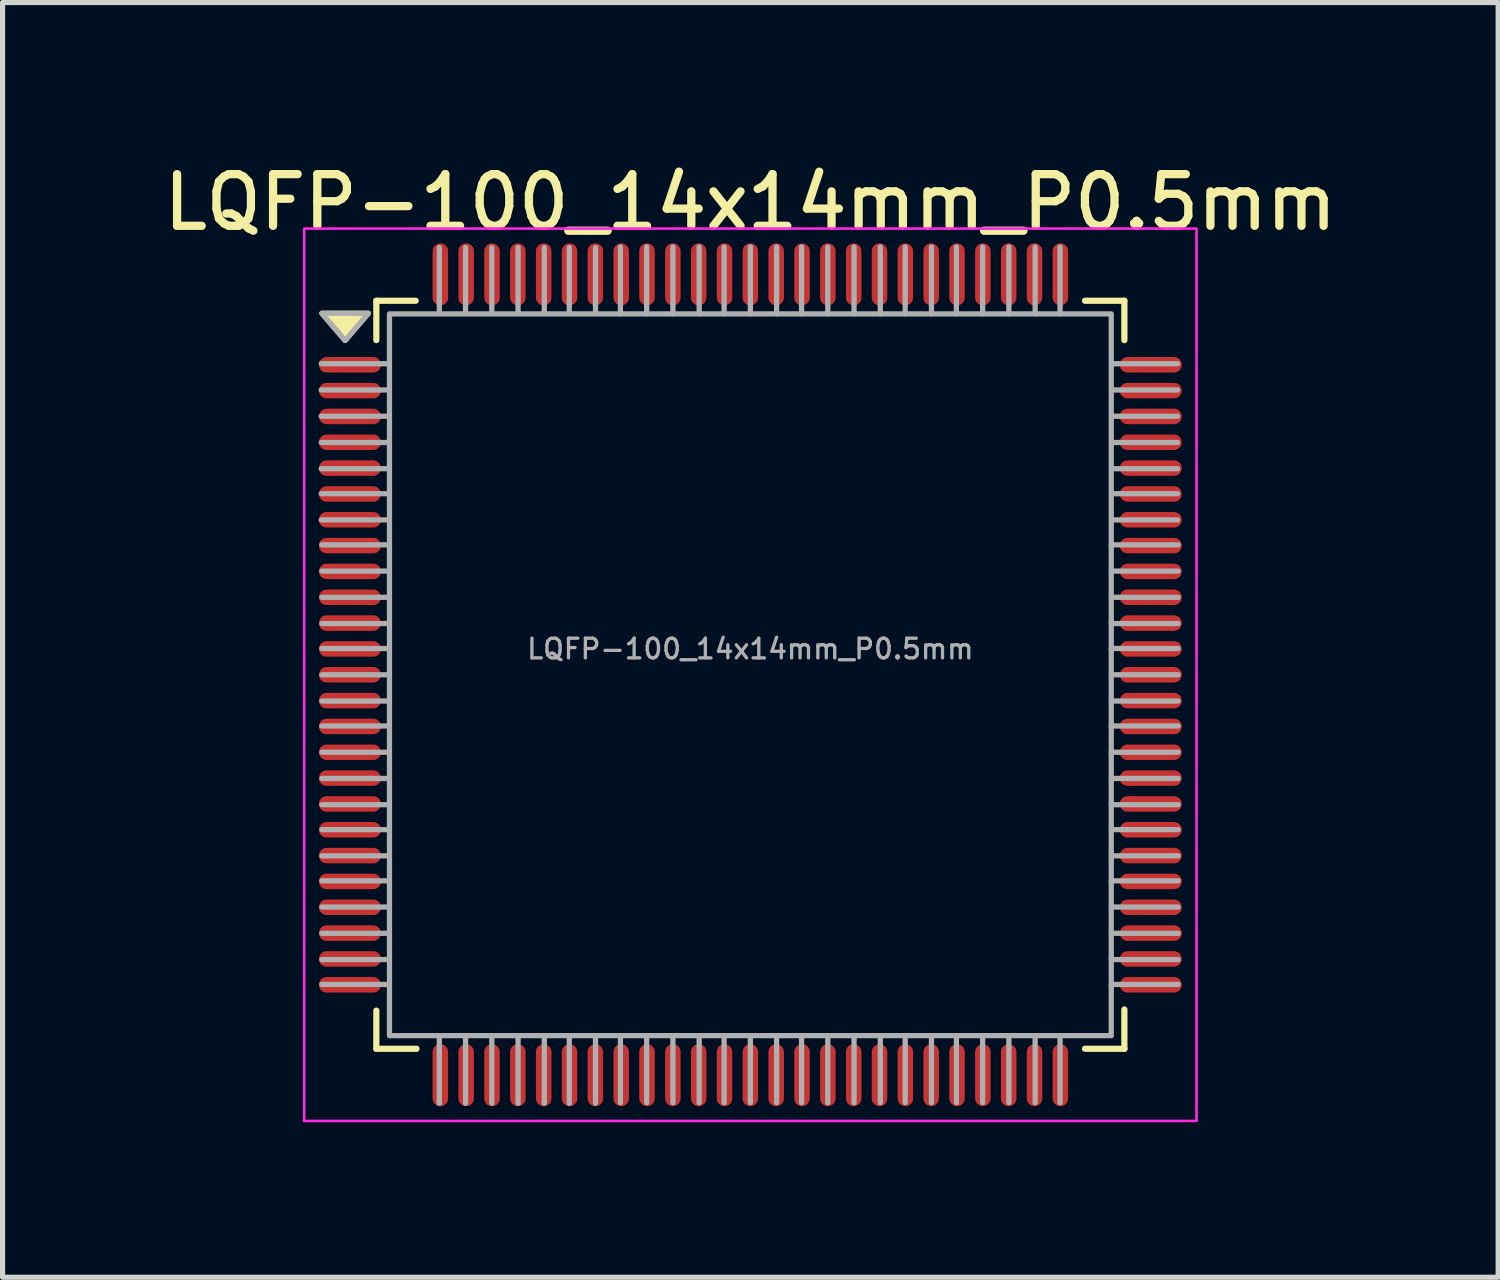
<source format=kicad_pcb>
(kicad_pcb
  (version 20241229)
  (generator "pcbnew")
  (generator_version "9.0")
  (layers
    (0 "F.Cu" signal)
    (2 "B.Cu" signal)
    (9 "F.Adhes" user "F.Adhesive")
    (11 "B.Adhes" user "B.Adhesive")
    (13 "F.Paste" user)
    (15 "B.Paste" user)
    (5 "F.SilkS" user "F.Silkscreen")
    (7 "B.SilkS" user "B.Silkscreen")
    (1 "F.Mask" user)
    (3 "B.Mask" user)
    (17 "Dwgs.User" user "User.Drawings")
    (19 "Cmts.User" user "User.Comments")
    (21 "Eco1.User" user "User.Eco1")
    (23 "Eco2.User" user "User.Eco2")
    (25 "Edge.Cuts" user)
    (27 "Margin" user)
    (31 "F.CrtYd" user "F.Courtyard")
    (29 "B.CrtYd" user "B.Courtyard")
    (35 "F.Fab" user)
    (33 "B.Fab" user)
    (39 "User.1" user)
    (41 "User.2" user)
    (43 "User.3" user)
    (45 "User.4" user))
  (footprint "LQFP-100_14x14mm_P0.5mm"
    (layer "F.Cu")
    (at 11.473 10.01)
    (property "Reference" "LQFP-100_14x14mm_P0.5mm" (at 0 -9.144 0) (layer "F.SilkS") (effects (font (size 1 1) (thickness 0.16))))
    (attr smd)
    (fp_line (start -7.239 -7.239) (end -6.477 -7.239) (stroke (width 0.12) (type default)) (layer "F.SilkS"))
    (fp_line (start -7.239 -6.477) (end -7.239 -7.239) (stroke (width 0.12) (type default)) (layer "F.SilkS"))
    (fp_line (start -7.239 7.239) (end -7.239 6.5) (stroke (width 0.12) (type default)) (layer "F.SilkS"))
    (fp_line (start -6.462 7.239) (end -7.239 7.239) (stroke (width 0.12) (type default)) (layer "F.SilkS"))
    (fp_line (start 6.477 -7.239) (end 7.239 -7.239) (stroke (width 0.12) (type default)) (layer "F.SilkS"))
    (fp_line (start 6.477 7.239) (end 7.239 7.239) (stroke (width 0.12) (type default)) (layer "F.SilkS"))
    (fp_line (start 7.239 -7.239) (end 7.239 -6.477) (stroke (width 0.12) (type default)) (layer "F.SilkS"))
    (fp_line (start 7.239 7.239) (end 7.239 6.477) (stroke (width 0.12) (type default)) (layer "F.SilkS"))
    (fp_poly (pts (xy -7.843 -6.471) (xy -7.393 -6.996) (xy -8.293 -6.996)) (stroke (width 0.102) (type solid)) (fill yes) (layer "F.SilkS"))
    (fp_rect (start -8.636 -8.636) (end 8.636 8.636) (stroke (width 0.051) (type default)) (fill no) (layer "F.CrtYd"))
    (fp_line (start -8.306 -6.02) (end -7.01 -6.02) (stroke (width 0.102) (type default)) (layer "F.Fab"))
    (fp_line (start -8.306 -5.512) (end -7.01 -5.512) (stroke (width 0.102) (type default)) (layer "F.Fab"))
    (fp_line (start -8.306 -5.004) (end -7.01 -5.004) (stroke (width 0.102) (type default)) (layer "F.Fab"))
    (fp_line (start -8.306 -4.496) (end -7.01 -4.496) (stroke (width 0.102) (type default)) (layer "F.Fab"))
    (fp_line (start -8.306 -3.988) (end -7.01 -3.988) (stroke (width 0.102) (type default)) (layer "F.Fab"))
    (fp_line (start -8.306 -3.505) (end -7.01 -3.505) (stroke (width 0.102) (type default)) (layer "F.Fab"))
    (fp_line (start -8.306 -2.997) (end -7.01 -2.997) (stroke (width 0.102) (type default)) (layer "F.Fab"))
    (fp_line (start -8.293 -2.515) (end -6.998 -2.515) (stroke (width 0.102) (type default)) (layer "F.Fab"))
    (fp_line (start -8.293 -2.007) (end -6.998 -2.007) (stroke (width 0.102) (type default)) (layer "F.Fab"))
    (fp_line (start -8.293 -1.499) (end -6.998 -1.499) (stroke (width 0.102) (type default)) (layer "F.Fab"))
    (fp_line (start -8.293 -0.991) (end -6.998 -0.991) (stroke (width 0.102) (type default)) (layer "F.Fab"))
    (fp_line (start -8.293 -0.508) (end -6.998 -0.508) (stroke (width 0.102) (type default)) (layer "F.Fab"))
    (fp_line (start -8.293 0) (end -6.998 0) (stroke (width 0.102) (type default)) (layer "F.Fab"))
    (fp_line (start -8.293 0.508) (end -6.998 0.508) (stroke (width 0.102) (type default)) (layer "F.Fab"))
    (fp_line (start -8.293 0.991) (end -6.998 0.991) (stroke (width 0.102) (type default)) (layer "F.Fab"))
    (fp_line (start -8.293 1.499) (end -6.998 1.499) (stroke (width 0.102) (type default)) (layer "F.Fab"))
    (fp_line (start -8.293 2.007) (end -6.998 2.007) (stroke (width 0.102) (type default)) (layer "F.Fab"))
    (fp_line (start -8.293 2.515) (end -6.998 2.515) (stroke (width 0.102) (type default)) (layer "F.Fab"))
    (fp_line (start -8.293 2.997) (end -6.998 2.997) (stroke (width 0.102) (type default)) (layer "F.Fab"))
    (fp_line (start -8.293 3.505) (end -6.998 3.505) (stroke (width 0.102) (type default)) (layer "F.Fab"))
    (fp_line (start -8.293 3.988) (end -6.998 3.988) (stroke (width 0.102) (type default)) (layer "F.Fab"))
    (fp_line (start -8.293 4.496) (end -6.998 4.496) (stroke (width 0.102) (type default)) (layer "F.Fab"))
    (fp_line (start -8.293 5.004) (end -6.998 5.004) (stroke (width 0.102) (type default)) (layer "F.Fab"))
    (fp_line (start -8.293 5.512) (end -6.998 5.512) (stroke (width 0.102) (type default)) (layer "F.Fab"))
    (fp_line (start -8.293 5.994) (end -6.998 5.994) (stroke (width 0.102) (type default)) (layer "F.Fab"))
    (fp_line (start -6.02 -7) (end -6.02 -8.268) (stroke (width 0.102) (type default)) (layer "F.Fab"))
    (fp_line (start -6.02 8.293) (end -6.02 6.998) (stroke (width 0.102) (type default)) (layer "F.Fab"))
    (fp_line (start -5.512 -7) (end -5.512 -8.268) (stroke (width 0.102) (type default)) (layer "F.Fab"))
    (fp_line (start -5.512 8.293) (end -5.512 6.998) (stroke (width 0.102) (type default)) (layer "F.Fab"))
    (fp_line (start -5.004 -7) (end -5.004 -8.268) (stroke (width 0.102) (type default)) (layer "F.Fab"))
    (fp_line (start -5.004 8.293) (end -5.004 6.998) (stroke (width 0.102) (type default)) (layer "F.Fab"))
    (fp_line (start -4.496 -7) (end -4.496 -8.268) (stroke (width 0.102) (type default)) (layer "F.Fab"))
    (fp_line (start -4.496 8.293) (end -4.496 6.998) (stroke (width 0.102) (type default)) (layer "F.Fab"))
    (fp_line (start -3.988 -7) (end -3.988 -8.268) (stroke (width 0.102) (type default)) (layer "F.Fab"))
    (fp_line (start -3.988 8.293) (end -3.988 6.998) (stroke (width 0.102) (type default)) (layer "F.Fab"))
    (fp_line (start -3.505 -7) (end -3.505 -8.268) (stroke (width 0.102) (type default)) (layer "F.Fab"))
    (fp_line (start -3.505 8.293) (end -3.505 6.998) (stroke (width 0.102) (type default)) (layer "F.Fab"))
    (fp_line (start -2.997 -7) (end -2.997 -8.268) (stroke (width 0.102) (type default)) (layer "F.Fab"))
    (fp_line (start -2.997 8.293) (end -2.997 6.998) (stroke (width 0.102) (type default)) (layer "F.Fab"))
    (fp_line (start -2.515 -6.985) (end -2.515 -8.28) (stroke (width 0.102) (type default)) (layer "F.Fab"))
    (fp_line (start -2.515 8.28) (end -2.515 6.985) (stroke (width 0.102) (type default)) (layer "F.Fab"))
    (fp_line (start -2.007 -6.985) (end -2.007 -8.28) (stroke (width 0.102) (type default)) (layer "F.Fab"))
    (fp_line (start -2.007 8.28) (end -2.007 6.985) (stroke (width 0.102) (type default)) (layer "F.Fab"))
    (fp_line (start -1.499 -6.985) (end -1.499 -8.28) (stroke (width 0.102) (type default)) (layer "F.Fab"))
    (fp_line (start -1.499 8.28) (end -1.499 6.985) (stroke (width 0.102) (type default)) (layer "F.Fab"))
    (fp_line (start -0.991 -6.985) (end -0.991 -8.28) (stroke (width 0.102) (type default)) (layer "F.Fab"))
    (fp_line (start -0.991 8.28) (end -0.991 6.985) (stroke (width 0.102) (type default)) (layer "F.Fab"))
    (fp_line (start -0.508 -6.985) (end -0.508 -8.28) (stroke (width 0.102) (type default)) (layer "F.Fab"))
    (fp_line (start -0.508 8.28) (end -0.508 6.985) (stroke (width 0.102) (type default)) (layer "F.Fab"))
    (fp_line (start 0 -6.985) (end 0 -8.28) (stroke (width 0.102) (type default)) (layer "F.Fab"))
    (fp_line (start 0 8.28) (end 0 6.985) (stroke (width 0.102) (type default)) (layer "F.Fab"))
    (fp_line (start 0.508 -6.985) (end 0.508 -8.28) (stroke (width 0.102) (type default)) (layer "F.Fab"))
    (fp_line (start 0.508 8.28) (end 0.508 6.985) (stroke (width 0.102) (type default)) (layer "F.Fab"))
    (fp_line (start 0.991 -6.985) (end 0.991 -8.28) (stroke (width 0.102) (type default)) (layer "F.Fab"))
    (fp_line (start 0.991 8.28) (end 0.991 6.985) (stroke (width 0.102) (type default)) (layer "F.Fab"))
    (fp_line (start 1.499 -6.985) (end 1.499 -8.28) (stroke (width 0.102) (type default)) (layer "F.Fab"))
    (fp_line (start 1.499 8.28) (end 1.499 6.985) (stroke (width 0.102) (type default)) (layer "F.Fab"))
    (fp_line (start 2.007 -6.985) (end 2.007 -8.28) (stroke (width 0.102) (type default)) (layer "F.Fab"))
    (fp_line (start 2.007 8.28) (end 2.007 6.985) (stroke (width 0.102) (type default)) (layer "F.Fab"))
    (fp_line (start 2.515 -6.985) (end 2.515 -8.28) (stroke (width 0.102) (type default)) (layer "F.Fab"))
    (fp_line (start 2.515 8.28) (end 2.515 6.985) (stroke (width 0.102) (type default)) (layer "F.Fab"))
    (fp_line (start 2.997 -6.985) (end 2.997 -8.28) (stroke (width 0.102) (type default)) (layer "F.Fab"))
    (fp_line (start 2.997 8.28) (end 2.997 6.985) (stroke (width 0.102) (type default)) (layer "F.Fab"))
    (fp_line (start 3.505 -6.985) (end 3.505 -8.28) (stroke (width 0.102) (type default)) (layer "F.Fab"))
    (fp_line (start 3.505 8.28) (end 3.505 6.985) (stroke (width 0.102) (type default)) (layer "F.Fab"))
    (fp_line (start 3.988 -6.985) (end 3.988 -8.28) (stroke (width 0.102) (type default)) (layer "F.Fab"))
    (fp_line (start 3.988 8.28) (end 3.988 6.985) (stroke (width 0.102) (type default)) (layer "F.Fab"))
    (fp_line (start 4.496 -6.985) (end 4.496 -8.28) (stroke (width 0.102) (type default)) (layer "F.Fab"))
    (fp_line (start 4.496 8.28) (end 4.496 6.985) (stroke (width 0.102) (type default)) (layer "F.Fab"))
    (fp_line (start 5.004 -6.985) (end 5.004 -8.28) (stroke (width 0.102) (type default)) (layer "F.Fab"))
    (fp_line (start 5.004 8.28) (end 5.004 6.985) (stroke (width 0.102) (type default)) (layer "F.Fab"))
    (fp_line (start 5.512 -6.985) (end 5.512 -8.28) (stroke (width 0.102) (type default)) (layer "F.Fab"))
    (fp_line (start 5.512 8.28) (end 5.512 6.985) (stroke (width 0.102) (type default)) (layer "F.Fab"))
    (fp_line (start 5.994 -6.985) (end 5.994 -8.28) (stroke (width 0.102) (type default)) (layer "F.Fab"))
    (fp_line (start 5.994 8.28) (end 5.994 6.985) (stroke (width 0.102) (type default)) (layer "F.Fab"))
    (fp_line (start 6.985 -2.515) (end 8.28 -2.515) (stroke (width 0.102) (type default)) (layer "F.Fab"))
    (fp_line (start 6.985 -2.007) (end 8.28 -2.007) (stroke (width 0.102) (type default)) (layer "F.Fab"))
    (fp_line (start 6.985 -1.499) (end 8.28 -1.499) (stroke (width 0.102) (type default)) (layer "F.Fab"))
    (fp_line (start 6.985 -0.991) (end 8.28 -0.991) (stroke (width 0.102) (type default)) (layer "F.Fab"))
    (fp_line (start 6.985 -0.508) (end 8.28 -0.508) (stroke (width 0.102) (type default)) (layer "F.Fab"))
    (fp_line (start 6.985 0) (end 8.28 0) (stroke (width 0.102) (type default)) (layer "F.Fab"))
    (fp_line (start 6.985 0.508) (end 8.28 0.508) (stroke (width 0.102) (type default)) (layer "F.Fab"))
    (fp_line (start 6.985 0.991) (end 8.28 0.991) (stroke (width 0.102) (type default)) (layer "F.Fab"))
    (fp_line (start 6.985 1.499) (end 8.28 1.499) (stroke (width 0.102) (type default)) (layer "F.Fab"))
    (fp_line (start 6.985 2.007) (end 8.28 2.007) (stroke (width 0.102) (type default)) (layer "F.Fab"))
    (fp_line (start 6.985 2.515) (end 8.28 2.515) (stroke (width 0.102) (type default)) (layer "F.Fab"))
    (fp_line (start 6.985 2.997) (end 8.28 2.997) (stroke (width 0.102) (type default)) (layer "F.Fab"))
    (fp_line (start 6.985 3.505) (end 8.28 3.505) (stroke (width 0.102) (type default)) (layer "F.Fab"))
    (fp_line (start 6.985 3.988) (end 8.28 3.988) (stroke (width 0.102) (type default)) (layer "F.Fab"))
    (fp_line (start 6.985 4.496) (end 8.28 4.496) (stroke (width 0.102) (type default)) (layer "F.Fab"))
    (fp_line (start 6.985 5.004) (end 8.28 5.004) (stroke (width 0.102) (type default)) (layer "F.Fab"))
    (fp_line (start 6.985 5.512) (end 8.28 5.512) (stroke (width 0.102) (type default)) (layer "F.Fab"))
    (fp_line (start 6.985 5.994) (end 8.28 5.994) (stroke (width 0.102) (type default)) (layer "F.Fab"))
    (fp_line (start 7 -6.02) (end 8.268 -6.02) (stroke (width 0.102) (type default)) (layer "F.Fab"))
    (fp_line (start 7 -5.512) (end 8.268 -5.512) (stroke (width 0.102) (type default)) (layer "F.Fab"))
    (fp_line (start 7 -5.004) (end 8.268 -5.004) (stroke (width 0.102) (type default)) (layer "F.Fab"))
    (fp_line (start 7 -4.496) (end 8.268 -4.496) (stroke (width 0.102) (type default)) (layer "F.Fab"))
    (fp_line (start 7 -3.988) (end 8.268 -3.988) (stroke (width 0.102) (type default)) (layer "F.Fab"))
    (fp_line (start 7 -3.505) (end 8.268 -3.505) (stroke (width 0.102) (type default)) (layer "F.Fab"))
    (fp_line (start 7 -2.997) (end 8.268 -2.997) (stroke (width 0.102) (type default)) (layer "F.Fab"))
    (fp_rect (start -6.985 -6.985) (end 6.985 6.985) (stroke (width 0.102) (type solid)) (fill no) (layer "F.Fab"))
    (fp_poly (pts (xy -7.843 -6.471) (xy -7.393 -6.996) (xy -8.293 -6.996)) (stroke (width 0.102) (type solid)) (fill no) (layer "F.Fab"))
    (fp_text user "${REFERENCE}" (at 0 -0.5 0) (unlocked yes) (layer "F.Fab") (effects (font (size 0.381 0.381) (thickness 0.064) (bold yes))))
    (pad "1" smd oval (at -7.75 -6 90) (size 0.3 1.2) (layers "F.Cu" "F.Mask" "F.Paste"))
    (pad "2" smd oval (at -7.75 -5.5 90) (size 0.3 1.2) (layers "F.Cu" "F.Mask" "F.Paste"))
    (pad "3" smd oval (at -7.75 -5 90) (size 0.3 1.2) (layers "F.Cu" "F.Mask" "F.Paste"))
    (pad "4" smd oval (at -7.75 -4.5 90) (size 0.3 1.2) (layers "F.Cu" "F.Mask" "F.Paste"))
    (pad "5" smd oval (at -7.75 -4 90) (size 0.3 1.2) (layers "F.Cu" "F.Mask" "F.Paste"))
    (pad "6" smd oval (at -7.75 -3.5 90) (size 0.3 1.2) (layers "F.Cu" "F.Mask" "F.Paste"))
    (pad "7" smd oval (at -7.75 -3 90) (size 0.3 1.2) (layers "F.Cu" "F.Mask" "F.Paste"))
    (pad "8" smd oval (at -7.75 -2.5 90) (size 0.3 1.2) (layers "F.Cu" "F.Mask" "F.Paste"))
    (pad "9" smd oval (at -7.75 -2 90) (size 0.3 1.2) (layers "F.Cu" "F.Mask" "F.Paste"))
    (pad "10" smd oval (at -7.75 -1.5 90) (size 0.3 1.2) (layers "F.Cu" "F.Mask" "F.Paste"))
    (pad "11" smd oval (at -7.75 -1 90) (size 0.3 1.2) (layers "F.Cu" "F.Mask" "F.Paste"))
    (pad "12" smd oval (at -7.75 -0.5 90) (size 0.3 1.2) (layers "F.Cu" "F.Mask" "F.Paste"))
    (pad "13" smd oval (at -7.75 0 90) (size 0.3 1.2) (layers "F.Cu" "F.Mask" "F.Paste"))
    (pad "14" smd oval (at -7.75 0.5 90) (size 0.3 1.2) (layers "F.Cu" "F.Mask" "F.Paste"))
    (pad "15" smd oval (at -7.75 1 90) (size 0.3 1.2) (layers "F.Cu" "F.Mask" "F.Paste"))
    (pad "16" smd oval (at -7.75 1.5 90) (size 0.3 1.2) (layers "F.Cu" "F.Mask" "F.Paste"))
    (pad "17" smd oval (at -7.75 2 90) (size 0.3 1.2) (layers "F.Cu" "F.Mask" "F.Paste"))
    (pad "18" smd oval (at -7.75 2.5 90) (size 0.3 1.2) (layers "F.Cu" "F.Mask" "F.Paste"))
    (pad "19" smd oval (at -7.75 3 90) (size 0.3 1.2) (layers "F.Cu" "F.Mask" "F.Paste"))
    (pad "20" smd oval (at -7.75 3.5 90) (size 0.3 1.2) (layers "F.Cu" "F.Mask" "F.Paste"))
    (pad "21" smd oval (at -7.75 4 90) (size 0.3 1.2) (layers "F.Cu" "F.Mask" "F.Paste"))
    (pad "22" smd oval (at -7.75 4.5 90) (size 0.3 1.2) (layers "F.Cu" "F.Mask" "F.Paste"))
    (pad "23" smd oval (at -7.75 5 90) (size 0.3 1.2) (layers "F.Cu" "F.Mask" "F.Paste"))
    (pad "24" smd oval (at -7.75 5.5 90) (size 0.3 1.2) (layers "F.Cu" "F.Mask" "F.Paste"))
    (pad "25" smd oval (at -7.75 6 90) (size 0.3 1.2) (layers "F.Cu" "F.Mask" "F.Paste"))
    (pad "26" smd oval (at -6 7.75) (size 0.3 1.2) (layers "F.Cu" "F.Mask" "F.Paste"))
    (pad "27" smd oval (at -5.5 7.75) (size 0.3 1.2) (layers "F.Cu" "F.Mask" "F.Paste"))
    (pad "28" smd oval (at -5 7.75) (size 0.3 1.2) (layers "F.Cu" "F.Mask" "F.Paste"))
    (pad "29" smd oval (at -4.5 7.75) (size 0.3 1.2) (layers "F.Cu" "F.Mask" "F.Paste"))
    (pad "30" smd oval (at -4 7.75) (size 0.3 1.2) (layers "F.Cu" "F.Mask" "F.Paste"))
    (pad "31" smd oval (at -3.5 7.75) (size 0.3 1.2) (layers "F.Cu" "F.Mask" "F.Paste"))
    (pad "32" smd oval (at -3 7.75) (size 0.3 1.2) (layers "F.Cu" "F.Mask" "F.Paste"))
    (pad "33" smd oval (at -2.5 7.75) (size 0.3 1.2) (layers "F.Cu" "F.Mask" "F.Paste"))
    (pad "34" smd oval (at -2 7.75) (size 0.3 1.2) (layers "F.Cu" "F.Mask" "F.Paste"))
    (pad "35" smd oval (at -1.5 7.75) (size 0.3 1.2) (layers "F.Cu" "F.Mask" "F.Paste"))
    (pad "36" smd oval (at -1 7.75) (size 0.3 1.2) (layers "F.Cu" "F.Mask" "F.Paste"))
    (pad "37" smd oval (at -0.5 7.75) (size 0.3 1.2) (layers "F.Cu" "F.Mask" "F.Paste"))
    (pad "38" smd oval (at 0 7.75) (size 0.3 1.2) (layers "F.Cu" "F.Mask" "F.Paste"))
    (pad "39" smd oval (at 0.5 7.75) (size 0.3 1.2) (layers "F.Cu" "F.Mask" "F.Paste"))
    (pad "40" smd oval (at 1 7.75) (size 0.3 1.2) (layers "F.Cu" "F.Mask" "F.Paste"))
    (pad "41" smd oval (at 1.5 7.75) (size 0.3 1.2) (layers "F.Cu" "F.Mask" "F.Paste"))
    (pad "42" smd oval (at 2 7.75) (size 0.3 1.2) (layers "F.Cu" "F.Mask" "F.Paste"))
    (pad "43" smd oval (at 2.5 7.75) (size 0.3 1.2) (layers "F.Cu" "F.Mask" "F.Paste"))
    (pad "44" smd oval (at 3 7.75) (size 0.3 1.2) (layers "F.Cu" "F.Mask" "F.Paste"))
    (pad "45" smd oval (at 3.5 7.75) (size 0.3 1.2) (layers "F.Cu" "F.Mask" "F.Paste"))
    (pad "46" smd oval (at 4 7.75) (size 0.3 1.2) (layers "F.Cu" "F.Mask" "F.Paste"))
    (pad "47" smd oval (at 4.5 7.75) (size 0.3 1.2) (layers "F.Cu" "F.Mask" "F.Paste"))
    (pad "48" smd oval (at 5 7.75) (size 0.3 1.2) (layers "F.Cu" "F.Mask" "F.Paste"))
    (pad "49" smd oval (at 5.5 7.75) (size 0.3 1.2) (layers "F.Cu" "F.Mask" "F.Paste"))
    (pad "50" smd oval (at 6 7.75) (size 0.3 1.2) (layers "F.Cu" "F.Mask" "F.Paste"))
    (pad "51" smd oval (at 7.75 6 90) (size 0.3 1.2) (layers "F.Cu" "F.Mask" "F.Paste"))
    (pad "52" smd oval (at 7.75 5.5 90) (size 0.3 1.2) (layers "F.Cu" "F.Mask" "F.Paste"))
    (pad "53" smd oval (at 7.75 5 90) (size 0.3 1.2) (layers "F.Cu" "F.Mask" "F.Paste"))
    (pad "54" smd oval (at 7.75 4.5 90) (size 0.3 1.2) (layers "F.Cu" "F.Mask" "F.Paste"))
    (pad "55" smd oval (at 7.75 4 90) (size 0.3 1.2) (layers "F.Cu" "F.Mask" "F.Paste"))
    (pad "56" smd oval (at 7.75 3.5 90) (size 0.3 1.2) (layers "F.Cu" "F.Mask" "F.Paste"))
    (pad "57" smd oval (at 7.75 3 90) (size 0.3 1.2) (layers "F.Cu" "F.Mask" "F.Paste"))
    (pad "58" smd oval (at 7.75 2.5 90) (size 0.3 1.2) (layers "F.Cu" "F.Mask" "F.Paste"))
    (pad "59" smd oval (at 7.75 2 90) (size 0.3 1.2) (layers "F.Cu" "F.Mask" "F.Paste"))
    (pad "60" smd oval (at 7.75 1.5 90) (size 0.3 1.2) (layers "F.Cu" "F.Mask" "F.Paste"))
    (pad "61" smd oval (at 7.75 1 90) (size 0.3 1.2) (layers "F.Cu" "F.Mask" "F.Paste"))
    (pad "62" smd oval (at 7.75 0.5 90) (size 0.3 1.2) (layers "F.Cu" "F.Mask" "F.Paste"))
    (pad "63" smd oval (at 7.75 0 90) (size 0.3 1.2) (layers "F.Cu" "F.Mask" "F.Paste"))
    (pad "64" smd oval (at 7.75 -0.5 90) (size 0.3 1.2) (layers "F.Cu" "F.Mask" "F.Paste"))
    (pad "65" smd oval (at 7.75 -1 90) (size 0.3 1.2) (layers "F.Cu" "F.Mask" "F.Paste"))
    (pad "66" smd oval (at 7.75 -1.5 90) (size 0.3 1.2) (layers "F.Cu" "F.Mask" "F.Paste"))
    (pad "67" smd oval (at 7.75 -2 90) (size 0.3 1.2) (layers "F.Cu" "F.Mask" "F.Paste"))
    (pad "68" smd oval (at 7.75 -2.5 90) (size 0.3 1.2) (layers "F.Cu" "F.Mask" "F.Paste"))
    (pad "69" smd oval (at 7.75 -3 90) (size 0.3 1.2) (layers "F.Cu" "F.Mask" "F.Paste"))
    (pad "70" smd oval (at 7.75 -3.5 90) (size 0.3 1.2) (layers "F.Cu" "F.Mask" "F.Paste"))
    (pad "71" smd oval (at 7.75 -4 90) (size 0.3 1.2) (layers "F.Cu" "F.Mask" "F.Paste"))
    (pad "72" smd oval (at 7.75 -4.5 90) (size 0.3 1.2) (layers "F.Cu" "F.Mask" "F.Paste"))
    (pad "73" smd oval (at 7.75 -5 90) (size 0.3 1.2) (layers "F.Cu" "F.Mask" "F.Paste"))
    (pad "74" smd oval (at 7.75 -5.5 90) (size 0.3 1.2) (layers "F.Cu" "F.Mask" "F.Paste"))
    (pad "75" smd oval (at 7.75 -6 90) (size 0.3 1.2) (layers "F.Cu" "F.Mask" "F.Paste"))
    (pad "76" smd oval (at 6 -7.75) (size 0.3 1.2) (layers "F.Cu" "F.Mask" "F.Paste"))
    (pad "77" smd oval (at 5.5 -7.75) (size 0.3 1.2) (layers "F.Cu" "F.Mask" "F.Paste"))
    (pad "78" smd oval (at 5 -7.75) (size 0.3 1.2) (layers "F.Cu" "F.Mask" "F.Paste"))
    (pad "79" smd oval (at 4.5 -7.75) (size 0.3 1.2) (layers "F.Cu" "F.Mask" "F.Paste"))
    (pad "80" smd oval (at 4 -7.75) (size 0.3 1.2) (layers "F.Cu" "F.Mask" "F.Paste"))
    (pad "81" smd oval (at 3.5 -7.75) (size 0.3 1.2) (layers "F.Cu" "F.Mask" "F.Paste"))
    (pad "82" smd oval (at 3 -7.75) (size 0.3 1.2) (layers "F.Cu" "F.Mask" "F.Paste"))
    (pad "83" smd oval (at 2.5 -7.75) (size 0.3 1.2) (layers "F.Cu" "F.Mask" "F.Paste"))
    (pad "84" smd oval (at 2 -7.75) (size 0.3 1.2) (layers "F.Cu" "F.Mask" "F.Paste"))
    (pad "85" smd oval (at 1.5 -7.75) (size 0.3 1.2) (layers "F.Cu" "F.Mask" "F.Paste"))
    (pad "86" smd oval (at 1 -7.75) (size 0.3 1.2) (layers "F.Cu" "F.Mask" "F.Paste"))
    (pad "87" smd oval (at 0.5 -7.75) (size 0.3 1.2) (layers "F.Cu" "F.Mask" "F.Paste"))
    (pad "88" smd oval (at 0 -7.75) (size 0.3 1.2) (layers "F.Cu" "F.Mask" "F.Paste"))
    (pad "89" smd oval (at -0.5 -7.75) (size 0.3 1.2) (layers "F.Cu" "F.Mask" "F.Paste"))
    (pad "90" smd oval (at -1 -7.75) (size 0.3 1.2) (layers "F.Cu" "F.Mask" "F.Paste"))
    (pad "91" smd oval (at -1.5 -7.75) (size 0.3 1.2) (layers "F.Cu" "F.Mask" "F.Paste"))
    (pad "92" smd oval (at -2 -7.75) (size 0.3 1.2) (layers "F.Cu" "F.Mask" "F.Paste"))
    (pad "93" smd oval (at -2.5 -7.75) (size 0.3 1.2) (layers "F.Cu" "F.Mask" "F.Paste"))
    (pad "94" smd oval (at -3 -7.75) (size 0.3 1.2) (layers "F.Cu" "F.Mask" "F.Paste"))
    (pad "95" smd oval (at -3.5 -7.75) (size 0.3 1.2) (layers "F.Cu" "F.Mask" "F.Paste"))
    (pad "96" smd oval (at -4 -7.75) (size 0.3 1.2) (layers "F.Cu" "F.Mask" "F.Paste"))
    (pad "97" smd oval (at -4.5 -7.75) (size 0.3 1.2) (layers "F.Cu" "F.Mask" "F.Paste"))
    (pad "98" smd oval (at -5 -7.75) (size 0.3 1.2) (layers "F.Cu" "F.Mask" "F.Paste"))
    (pad "99" smd oval (at -5.5 -7.75) (size 0.3 1.2) (layers "F.Cu" "F.Mask" "F.Paste"))
    (pad "100" smd oval (at -6 -7.75) (size 0.3 1.2) (layers "F.Cu" "F.Mask" "F.Paste")))
  (gr_rect
    (start -3 -3)
    (end 25.947 21.671)
    (stroke (width 0.1) (type default))
    (fill no)
    (layer "Edge.Cuts")))
</source>
